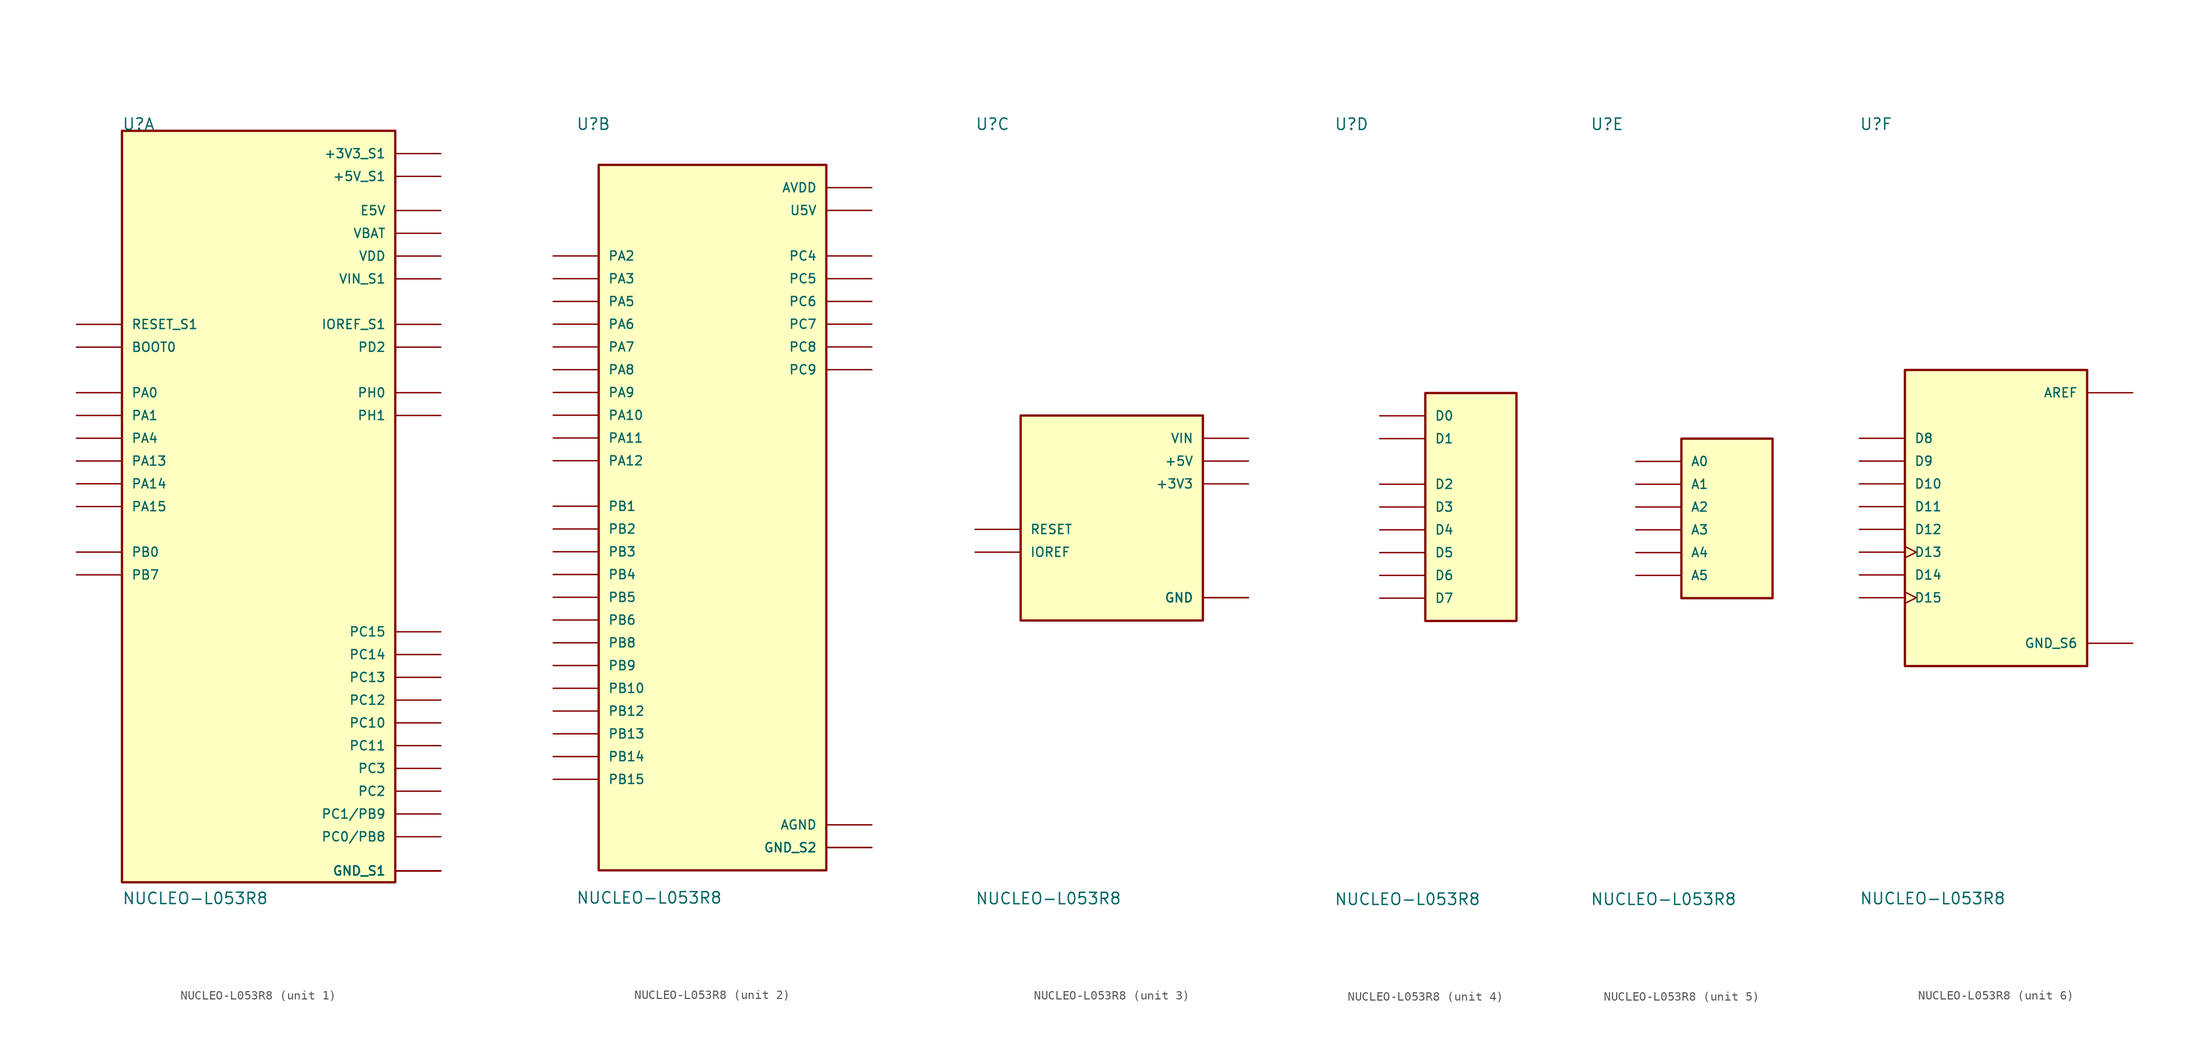
<source format=kicad_sym>
(kicad_symbol_lib
  (version 20220914)
  (generator kicad_symbol_editor)
  (symbol "NUCLEO-L053R8"
    (pin_numbers hide)
    (pin_names
      (offset 1.016))
    (property "Reference" "U"
      (at -15.24 41.91 0)
      (effects (font (size 1.27 1.27)) (justify left bottom)))
    (property "Value" "NUCLEO-L053R8"
      (at -15.24 -44.45 0)
      (effects (font (size 1.27 1.27)) (justify left bottom)))
    (property "ki_locked" ""
      (at 0 0 0)
      (effects (font (size 1.27 1.27))))
    (symbol "NUCLEO-L053R8_1_0"
      (rectangle (start -15.24 -41.91) (end 15.24 41.91) (stroke (width 0.254) (type default)) (fill (type background)))
      (pin bidirectional line (at 20.32 -24.13 180) (length 5.08) (name "PC10" (effects (font (size 1.016 1.016)))) (number "CN7_1" (effects (font (size 1.016 1.016)))))
      (pin bidirectional line (at 20.32 20.32 180) (length 5.08) (name "IOREF_S1" (effects (font (size 1.016 1.016)))) (number "CN7_12" (effects (font (size 1.016 1.016)))))
      (pin bidirectional line (at -20.32 5.08 0) (length 5.08) (name "PA13" (effects (font (size 1.016 1.016)))) (number "CN7_13" (effects (font (size 1.016 1.016)))))
      (pin bidirectional line (at -20.32 20.32 0) (length 5.08) (name "RESET_S1" (effects (font (size 1.016 1.016)))) (number "CN7_14" (effects (font (size 1.016 1.016)))))
      (pin bidirectional line (at -20.32 2.54 0) (length 5.08) (name "PA14" (effects (font (size 1.016 1.016)))) (number "CN7_15" (effects (font (size 1.016 1.016)))))
      (pin power_in line (at 20.32 39.37 180) (length 5.08) (name "+3V3_S1" (effects (font (size 1.016 1.016)))) (number "CN7_16" (effects (font (size 1.016 1.016)))))
      (pin bidirectional line (at -20.32 0 0) (length 5.08) (name "PA15" (effects (font (size 1.016 1.016)))) (number "CN7_17" (effects (font (size 1.016 1.016)))))
      (pin power_in line (at 20.32 36.83 180) (length 5.08) (name "+5V_S1" (effects (font (size 1.016 1.016)))) (number "CN7_18" (effects (font (size 1.016 1.016)))))
      (pin power_in line (at 20.32 -40.64 180) (length 5.08) (name "GND_S1" (effects (font (size 1.016 1.016)))) (number "CN7_19" (effects (font (size 1.016 1.016)))))
      (pin bidirectional line (at 20.32 -26.67 180) (length 5.08) (name "PC11" (effects (font (size 1.016 1.016)))) (number "CN7_2" (effects (font (size 1.016 1.016)))))
      (pin power_in line (at 20.32 -40.64 180) (length 5.08) (name "GND_S1" (effects (font (size 1.016 1.016)))) (number "CN7_20" (effects (font (size 1.016 1.016)))))
      (pin bidirectional line (at -20.32 -7.62 0) (length 5.08) (name "PB7" (effects (font (size 1.016 1.016)))) (number "CN7_21" (effects (font (size 1.016 1.016)))))
      (pin power_in line (at 20.32 -40.64 180) (length 5.08) (name "GND_S1" (effects (font (size 1.016 1.016)))) (number "CN7_22" (effects (font (size 1.016 1.016)))))
      (pin bidirectional line (at 20.32 -19.05 180) (length 5.08) (name "PC13" (effects (font (size 1.016 1.016)))) (number "CN7_23" (effects (font (size 1.016 1.016)))))
      (pin power_in line (at 20.32 25.4 180) (length 5.08) (name "VIN_S1" (effects (font (size 1.016 1.016)))) (number "CN7_24" (effects (font (size 1.016 1.016)))))
      (pin bidirectional line (at 20.32 -16.51 180) (length 5.08) (name "PC14" (effects (font (size 1.016 1.016)))) (number "CN7_25" (effects (font (size 1.016 1.016)))))
      (pin bidirectional line (at 20.32 -13.97 180) (length 5.08) (name "PC15" (effects (font (size 1.016 1.016)))) (number "CN7_27" (effects (font (size 1.016 1.016)))))
      (pin bidirectional line (at -20.32 12.7 0) (length 5.08) (name "PA0" (effects (font (size 1.016 1.016)))) (number "CN7_28" (effects (font (size 1.016 1.016)))))
      (pin bidirectional line (at 20.32 12.7 180) (length 5.08) (name "PH0" (effects (font (size 1.016 1.016)))) (number "CN7_29" (effects (font (size 1.016 1.016)))))
      (pin bidirectional line (at 20.32 -21.59 180) (length 5.08) (name "PC12" (effects (font (size 1.016 1.016)))) (number "CN7_3" (effects (font (size 1.016 1.016)))))
      (pin bidirectional line (at -20.32 10.16 0) (length 5.08) (name "PA1" (effects (font (size 1.016 1.016)))) (number "CN7_30" (effects (font (size 1.016 1.016)))))
      (pin bidirectional line (at 20.32 10.16 180) (length 5.08) (name "PH1" (effects (font (size 1.016 1.016)))) (number "CN7_31" (effects (font (size 1.016 1.016)))))
      (pin bidirectional line (at -20.32 7.62 0) (length 5.08) (name "PA4" (effects (font (size 1.016 1.016)))) (number "CN7_32" (effects (font (size 1.016 1.016)))))
      (pin power_in line (at 20.32 30.48 180) (length 5.08) (name "VBAT" (effects (font (size 1.016 1.016)))) (number "CN7_33" (effects (font (size 1.016 1.016)))))
      (pin bidirectional line (at -20.32 -5.08 0) (length 5.08) (name "PB0" (effects (font (size 1.016 1.016)))) (number "CN7_34" (effects (font (size 1.016 1.016)))))
      (pin bidirectional line (at 20.32 -31.75 180) (length 5.08) (name "PC2" (effects (font (size 1.016 1.016)))) (number "CN7_35" (effects (font (size 1.016 1.016)))))
      (pin bidirectional line (at 20.32 -34.29 180) (length 5.08) (name "PC1/PB9" (effects (font (size 1.016 1.016)))) (number "CN7_36" (effects (font (size 1.016 1.016)))))
      (pin bidirectional line (at 20.32 -29.21 180) (length 5.08) (name "PC3" (effects (font (size 1.016 1.016)))) (number "CN7_37" (effects (font (size 1.016 1.016)))))
      (pin bidirectional line (at 20.32 -36.83 180) (length 5.08) (name "PC0/PB8" (effects (font (size 1.016 1.016)))) (number "CN7_38" (effects (font (size 1.016 1.016)))))
      (pin bidirectional line (at 20.32 17.78 180) (length 5.08) (name "PD2" (effects (font (size 1.016 1.016)))) (number "CN7_4" (effects (font (size 1.016 1.016)))))
      (pin power_in line (at 20.32 27.94 180) (length 5.08) (name "VDD" (effects (font (size 1.016 1.016)))) (number "CN7_5" (effects (font (size 1.016 1.016)))))
      (pin power_in line (at 20.32 33.02 180) (length 5.08) (name "E5V" (effects (font (size 1.016 1.016)))) (number "CN7_6" (effects (font (size 1.016 1.016)))))
      (pin bidirectional line (at -20.32 17.78 0) (length 5.08) (name "BOOT0" (effects (font (size 1.016 1.016)))) (number "CN7_7" (effects (font (size 1.016 1.016)))))
      (pin power_in line (at 20.32 -40.64 180) (length 5.08) (name "GND_S1" (effects (font (size 1.016 1.016)))) (number "CN7_8" (effects (font (size 1.016 1.016))))))
    (symbol "NUCLEO-L053R8_2_0"
      (rectangle (start -12.7 -40.64) (end 12.7 38.1) (stroke (width 0.254) (type default)) (fill (type background)))
      (pin bidirectional line (at 17.78 15.24 180) (length 5.08) (name "PC9" (effects (font (size 1.016 1.016)))) (number "CN10_1" (effects (font (size 1.016 1.016)))))
      (pin bidirectional line (at -17.78 22.86 0) (length 5.08) (name "PA5" (effects (font (size 1.016 1.016)))) (number "CN10_11" (effects (font (size 1.016 1.016)))))
      (pin bidirectional line (at -17.78 5.08 0) (length 5.08) (name "PA12" (effects (font (size 1.016 1.016)))) (number "CN10_12" (effects (font (size 1.016 1.016)))))
      (pin bidirectional line (at -17.78 20.32 0) (length 5.08) (name "PA6" (effects (font (size 1.016 1.016)))) (number "CN10_13" (effects (font (size 1.016 1.016)))))
      (pin bidirectional line (at -17.78 7.62 0) (length 5.08) (name "PA11" (effects (font (size 1.016 1.016)))) (number "CN10_14" (effects (font (size 1.016 1.016)))))
      (pin bidirectional line (at -17.78 17.78 0) (length 5.08) (name "PA7" (effects (font (size 1.016 1.016)))) (number "CN10_15" (effects (font (size 1.016 1.016)))))
      (pin bidirectional line (at -17.78 -22.86 0) (length 5.08) (name "PB12" (effects (font (size 1.016 1.016)))) (number "CN10_16" (effects (font (size 1.016 1.016)))))
      (pin bidirectional line (at -17.78 -12.7 0) (length 5.08) (name "PB6" (effects (font (size 1.016 1.016)))) (number "CN10_17" (effects (font (size 1.016 1.016)))))
      (pin bidirectional line (at 17.78 20.32 180) (length 5.08) (name "PC7" (effects (font (size 1.016 1.016)))) (number "CN10_19" (effects (font (size 1.016 1.016)))))
      (pin bidirectional line (at 17.78 17.78 180) (length 5.08) (name "PC8" (effects (font (size 1.016 1.016)))) (number "CN10_2" (effects (font (size 1.016 1.016)))))
      (pin power_in line (at 17.78 -38.1 180) (length 5.08) (name "GND_S2" (effects (font (size 1.016 1.016)))) (number "CN10_20" (effects (font (size 1.016 1.016)))))
      (pin bidirectional line (at -17.78 12.7 0) (length 5.08) (name "PA9" (effects (font (size 1.016 1.016)))) (number "CN10_21" (effects (font (size 1.016 1.016)))))
      (pin bidirectional line (at -17.78 -2.54 0) (length 5.08) (name "PB2" (effects (font (size 1.016 1.016)))) (number "CN10_22" (effects (font (size 1.016 1.016)))))
      (pin bidirectional line (at -17.78 15.24 0) (length 5.08) (name "PA8" (effects (font (size 1.016 1.016)))) (number "CN10_23" (effects (font (size 1.016 1.016)))))
      (pin bidirectional line (at -17.78 0 0) (length 5.08) (name "PB1" (effects (font (size 1.016 1.016)))) (number "CN10_24" (effects (font (size 1.016 1.016)))))
      (pin bidirectional line (at -17.78 -20.32 0) (length 5.08) (name "PB10" (effects (font (size 1.016 1.016)))) (number "CN10_25" (effects (font (size 1.016 1.016)))))
      (pin bidirectional line (at -17.78 -30.48 0) (length 5.08) (name "PB15" (effects (font (size 1.016 1.016)))) (number "CN10_26" (effects (font (size 1.016 1.016)))))
      (pin bidirectional line (at -17.78 -7.62 0) (length 5.08) (name "PB4" (effects (font (size 1.016 1.016)))) (number "CN10_27" (effects (font (size 1.016 1.016)))))
      (pin bidirectional line (at -17.78 -27.94 0) (length 5.08) (name "PB14" (effects (font (size 1.016 1.016)))) (number "CN10_28" (effects (font (size 1.016 1.016)))))
      (pin bidirectional line (at -17.78 -10.16 0) (length 5.08) (name "PB5" (effects (font (size 1.016 1.016)))) (number "CN10_29" (effects (font (size 1.016 1.016)))))
      (pin bidirectional line (at -17.78 -15.24 0) (length 5.08) (name "PB8" (effects (font (size 1.016 1.016)))) (number "CN10_3" (effects (font (size 1.016 1.016)))))
      (pin bidirectional line (at -17.78 -25.4 0) (length 5.08) (name "PB13" (effects (font (size 1.016 1.016)))) (number "CN10_30" (effects (font (size 1.016 1.016)))))
      (pin bidirectional line (at -17.78 -5.08 0) (length 5.08) (name "PB3" (effects (font (size 1.016 1.016)))) (number "CN10_31" (effects (font (size 1.016 1.016)))))
      (pin power_in line (at 17.78 -35.56 180) (length 5.08) (name "AGND" (effects (font (size 1.016 1.016)))) (number "CN10_32" (effects (font (size 1.016 1.016)))))
      (pin bidirectional line (at -17.78 10.16 0) (length 5.08) (name "PA10" (effects (font (size 1.016 1.016)))) (number "CN10_33" (effects (font (size 1.016 1.016)))))
      (pin bidirectional line (at 17.78 27.94 180) (length 5.08) (name "PC4" (effects (font (size 1.016 1.016)))) (number "CN10_34" (effects (font (size 1.016 1.016)))))
      (pin bidirectional line (at -17.78 27.94 0) (length 5.08) (name "PA2" (effects (font (size 1.016 1.016)))) (number "CN10_35" (effects (font (size 1.016 1.016)))))
      (pin bidirectional line (at -17.78 25.4 0) (length 5.08) (name "PA3" (effects (font (size 1.016 1.016)))) (number "CN10_37" (effects (font (size 1.016 1.016)))))
      (pin bidirectional line (at 17.78 22.86 180) (length 5.08) (name "PC6" (effects (font (size 1.016 1.016)))) (number "CN10_4" (effects (font (size 1.016 1.016)))))
      (pin bidirectional line (at -17.78 -17.78 0) (length 5.08) (name "PB9" (effects (font (size 1.016 1.016)))) (number "CN10_5" (effects (font (size 1.016 1.016)))))
      (pin bidirectional line (at 17.78 25.4 180) (length 5.08) (name "PC5" (effects (font (size 1.016 1.016)))) (number "CN10_6" (effects (font (size 1.016 1.016)))))
      (pin power_in line (at 17.78 35.56 180) (length 5.08) (name "AVDD" (effects (font (size 1.016 1.016)))) (number "CN10_7" (effects (font (size 1.016 1.016)))))
      (pin power_in line (at 17.78 33.02 180) (length 5.08) (name "U5V" (effects (font (size 1.016 1.016)))) (number "CN10_8" (effects (font (size 1.016 1.016)))))
      (pin power_in line (at 17.78 -38.1 180) (length 5.08) (name "GND_S2" (effects (font (size 1.016 1.016)))) (number "CN10_9" (effects (font (size 1.016 1.016))))))
    (symbol "NUCLEO-L053R8_3_0"
      (rectangle (start -10.16 -12.7) (end 10.16 10.16) (stroke (width 0.254) (type default)) (fill (type background)))
      (pin bidirectional line (at -15.24 -5.08 0) (length 5.08) (name "IOREF" (effects (font (size 1.016 1.016)))) (number "CN6_2" (effects (font (size 1.016 1.016)))))
      (pin bidirectional line (at -15.24 -2.54 0) (length 5.08) (name "RESET" (effects (font (size 1.016 1.016)))) (number "CN6_3" (effects (font (size 1.016 1.016)))))
      (pin power_in line (at 15.24 2.54 180) (length 5.08) (name "+3V3" (effects (font (size 1.016 1.016)))) (number "CN6_4" (effects (font (size 1.016 1.016)))))
      (pin power_in line (at 15.24 5.08 180) (length 5.08) (name "+5V" (effects (font (size 1.016 1.016)))) (number "CN6_5" (effects (font (size 1.016 1.016)))))
      (pin power_in line (at 15.24 -10.16 180) (length 5.08) (name "GND" (effects (font (size 1.016 1.016)))) (number "CN6_6" (effects (font (size 1.016 1.016)))))
      (pin power_in line (at 15.24 -10.16 180) (length 5.08) (name "GND" (effects (font (size 1.016 1.016)))) (number "CN6_7" (effects (font (size 1.016 1.016)))))
      (pin power_in line (at 15.24 7.62 180) (length 5.08) (name "VIN" (effects (font (size 1.016 1.016)))) (number "CN6_8" (effects (font (size 1.016 1.016))))))
    (symbol "NUCLEO-L053R8_4_0"
      (rectangle (start -5.08 -12.7) (end 5.08 12.7) (stroke (width 0.254) (type default)) (fill (type background)))
      (pin input line (at -10.16 10.16 0) (length 5.08) (name "D0" (effects (font (size 1.016 1.016)))) (number "CN9_1" (effects (font (size 1.016 1.016)))))
      (pin output line (at -10.16 7.62 0) (length 5.08) (name "D1" (effects (font (size 1.016 1.016)))) (number "CN9_2" (effects (font (size 1.016 1.016)))))
      (pin bidirectional line (at -10.16 2.54 0) (length 5.08) (name "D2" (effects (font (size 1.016 1.016)))) (number "CN9_3" (effects (font (size 1.016 1.016)))))
      (pin bidirectional line (at -10.16 0 0) (length 5.08) (name "D3" (effects (font (size 1.016 1.016)))) (number "CN9_4" (effects (font (size 1.016 1.016)))))
      (pin bidirectional line (at -10.16 -2.54 0) (length 5.08) (name "D4" (effects (font (size 1.016 1.016)))) (number "CN9_5" (effects (font (size 1.016 1.016)))))
      (pin bidirectional line (at -10.16 -5.08 0) (length 5.08) (name "D5" (effects (font (size 1.016 1.016)))) (number "CN9_6" (effects (font (size 1.016 1.016)))))
      (pin bidirectional line (at -10.16 -7.62 0) (length 5.08) (name "D6" (effects (font (size 1.016 1.016)))) (number "CN9_7" (effects (font (size 1.016 1.016)))))
      (pin bidirectional line (at -10.16 -10.16 0) (length 5.08) (name "D7" (effects (font (size 1.016 1.016)))) (number "CN9_8" (effects (font (size 1.016 1.016))))))
    (symbol "NUCLEO-L053R8_5_0"
      (rectangle (start -5.08 -10.16) (end 5.08 7.62) (stroke (width 0.254) (type default)) (fill (type background)))
      (pin input line (at -10.16 5.08 0) (length 5.08) (name "A0" (effects (font (size 1.016 1.016)))) (number "CN8_1" (effects (font (size 1.016 1.016)))))
      (pin input line (at -10.16 2.54 0) (length 5.08) (name "A1" (effects (font (size 1.016 1.016)))) (number "CN8_2" (effects (font (size 1.016 1.016)))))
      (pin input line (at -10.16 0 0) (length 5.08) (name "A2" (effects (font (size 1.016 1.016)))) (number "CN8_3" (effects (font (size 1.016 1.016)))))
      (pin input line (at -10.16 -2.54 0) (length 5.08) (name "A3" (effects (font (size 1.016 1.016)))) (number "CN8_4" (effects (font (size 1.016 1.016)))))
      (pin input line (at -10.16 -5.08 0) (length 5.08) (name "A4" (effects (font (size 1.016 1.016)))) (number "CN8_5" (effects (font (size 1.016 1.016)))))
      (pin input line (at -10.16 -7.62 0) (length 5.08) (name "A5" (effects (font (size 1.016 1.016)))) (number "CN8_6" (effects (font (size 1.016 1.016))))))
    (symbol "NUCLEO-L053R8_6_0"
      (rectangle (start -10.16 -17.78) (end 10.16 15.24) (stroke (width 0.254) (type default)) (fill (type background)))
      (pin bidirectional line (at -15.24 7.62 0) (length 5.08) (name "D8" (effects (font (size 1.016 1.016)))) (number "CN5_1" (effects (font (size 1.016 1.016)))))
      (pin bidirectional clock (at -15.24 -10.16 0) (length 5.08) (name "D15" (effects (font (size 1.016 1.016)))) (number "CN5_10" (effects (font (size 1.016 1.016)))))
      (pin bidirectional line (at -15.24 5.08 0) (length 5.08) (name "D9" (effects (font (size 1.016 1.016)))) (number "CN5_2" (effects (font (size 1.016 1.016)))))
      (pin bidirectional line (at -15.24 2.54 0) (length 5.08) (name "D10" (effects (font (size 1.016 1.016)))) (number "CN5_3" (effects (font (size 1.016 1.016)))))
      (pin bidirectional line (at -15.24 0 0) (length 5.08) (name "D11" (effects (font (size 1.016 1.016)))) (number "CN5_4" (effects (font (size 1.016 1.016)))))
      (pin bidirectional line (at -15.24 -2.54 0) (length 5.08) (name "D12" (effects (font (size 1.016 1.016)))) (number "CN5_5" (effects (font (size 1.016 1.016)))))
      (pin bidirectional clock (at -15.24 -5.08 0) (length 5.08) (name "D13" (effects (font (size 1.016 1.016)))) (number "CN5_6" (effects (font (size 1.016 1.016)))))
      (pin power_in line (at 15.24 -15.24 180) (length 5.08) (name "GND_S6" (effects (font (size 1.016 1.016)))) (number "CN5_7" (effects (font (size 1.016 1.016)))))
      (pin power_in line (at 15.24 12.7 180) (length 5.08) (name "AREF" (effects (font (size 1.016 1.016)))) (number "CN5_8" (effects (font (size 1.016 1.016)))))
      (pin bidirectional line (at -15.24 -7.62 0) (length 5.08) (name "D14" (effects (font (size 1.016 1.016)))) (number "CN5_9" (effects (font (size 1.016 1.016))))))))
</source>
